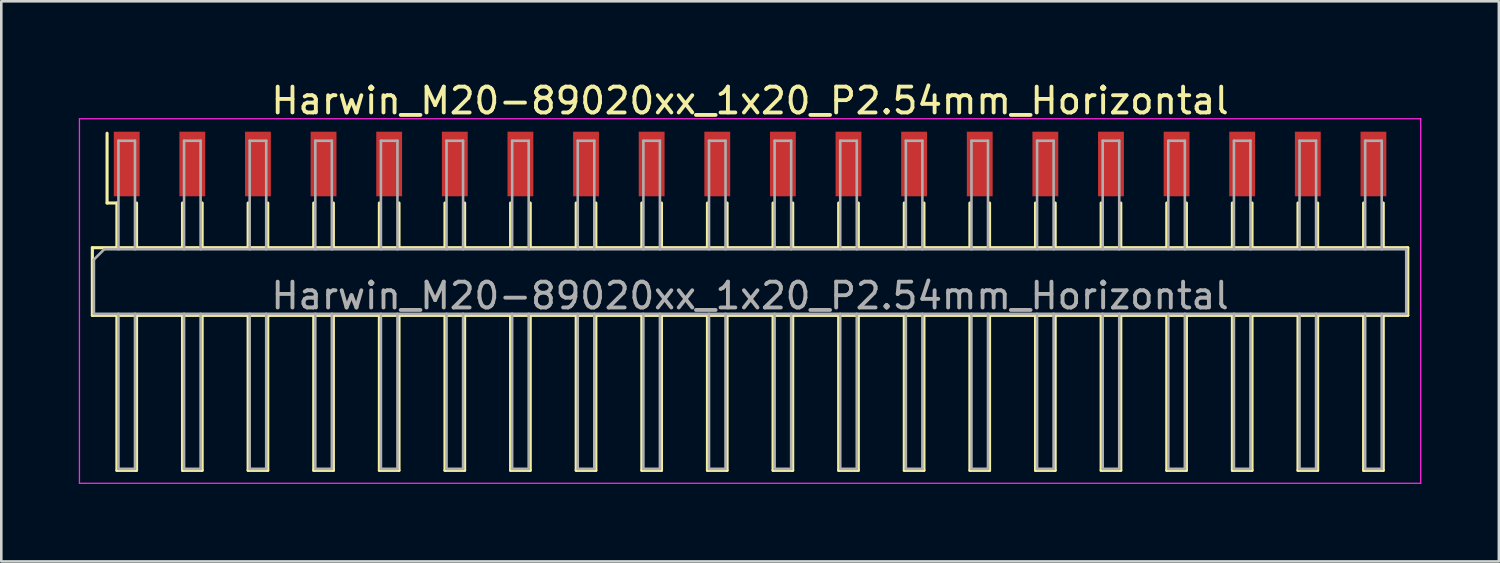
<source format=kicad_pcb>
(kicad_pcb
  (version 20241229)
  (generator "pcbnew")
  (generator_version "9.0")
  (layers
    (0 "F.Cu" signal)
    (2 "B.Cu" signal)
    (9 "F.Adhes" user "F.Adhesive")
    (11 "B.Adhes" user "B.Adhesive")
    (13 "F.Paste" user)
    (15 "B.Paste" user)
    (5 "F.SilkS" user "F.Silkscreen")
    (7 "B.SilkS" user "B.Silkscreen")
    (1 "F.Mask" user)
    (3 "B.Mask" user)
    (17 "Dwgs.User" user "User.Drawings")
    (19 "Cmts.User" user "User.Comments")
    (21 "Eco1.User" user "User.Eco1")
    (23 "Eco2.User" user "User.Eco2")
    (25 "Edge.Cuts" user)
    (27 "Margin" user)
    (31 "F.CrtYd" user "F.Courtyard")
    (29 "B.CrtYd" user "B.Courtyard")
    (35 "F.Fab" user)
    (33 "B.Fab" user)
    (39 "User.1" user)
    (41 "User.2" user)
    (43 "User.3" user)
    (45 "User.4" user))
  (footprint "Harwin_M20-89020xx_1x20_P2.54mm_Horizontal"
    (layer "F.Cu")
    (at 25.985 3.298)
    (property "Reference" "Harwin_M20-89020xx_1x20_P2.54mm_Horizontal" (at 0 -2.45 0) (layer "F.SilkS") (effects (font (size 1 1) (thickness 0.15))))
    (attr smd)
    (fp_line (start -25.46 3.24) (end -25.46 5.86) (stroke (width 0.12) (type solid)) (layer "F.SilkS"))
    (fp_line (start -25.46 5.86) (end 25.46 5.86) (stroke (width 0.12) (type solid)) (layer "F.SilkS"))
    (fp_line (start -24.89 1.51) (end -24.89 -1.19) (stroke (width 0.12) (type solid)) (layer "F.SilkS"))
    (fp_line (start -24.51 1.51) (end -24.89 1.51) (stroke (width 0.12) (type solid)) (layer "F.SilkS"))
    (fp_line (start -24.51 1.51) (end -24.51 3.24) (stroke (width 0.12) (type solid)) (layer "F.SilkS"))
    (fp_line (start -24.51 5.86) (end -24.51 11.86) (stroke (width 0.12) (type solid)) (layer "F.SilkS"))
    (fp_line (start -24.51 11.86) (end -23.75 11.86) (stroke (width 0.12) (type solid)) (layer "F.SilkS"))
    (fp_line (start -23.75 1.51) (end -23.75 3.24) (stroke (width 0.12) (type solid)) (layer "F.SilkS"))
    (fp_line (start -23.75 11.86) (end -23.75 5.86) (stroke (width 0.12) (type solid)) (layer "F.SilkS"))
    (fp_line (start -21.97 1.51) (end -21.97 3.24) (stroke (width 0.12) (type solid)) (layer "F.SilkS"))
    (fp_line (start -21.97 5.86) (end -21.97 11.86) (stroke (width 0.12) (type solid)) (layer "F.SilkS"))
    (fp_line (start -21.97 11.86) (end -21.21 11.86) (stroke (width 0.12) (type solid)) (layer "F.SilkS"))
    (fp_line (start -21.21 1.51) (end -21.21 3.24) (stroke (width 0.12) (type solid)) (layer "F.SilkS"))
    (fp_line (start -21.21 11.86) (end -21.21 5.86) (stroke (width 0.12) (type solid)) (layer "F.SilkS"))
    (fp_line (start -19.43 1.51) (end -19.43 3.24) (stroke (width 0.12) (type solid)) (layer "F.SilkS"))
    (fp_line (start -19.43 5.86) (end -19.43 11.86) (stroke (width 0.12) (type solid)) (layer "F.SilkS"))
    (fp_line (start -19.43 11.86) (end -18.67 11.86) (stroke (width 0.12) (type solid)) (layer "F.SilkS"))
    (fp_line (start -18.67 1.51) (end -18.67 3.24) (stroke (width 0.12) (type solid)) (layer "F.SilkS"))
    (fp_line (start -18.67 11.86) (end -18.67 5.86) (stroke (width 0.12) (type solid)) (layer "F.SilkS"))
    (fp_line (start -16.89 1.51) (end -16.89 3.24) (stroke (width 0.12) (type solid)) (layer "F.SilkS"))
    (fp_line (start -16.89 5.86) (end -16.89 11.86) (stroke (width 0.12) (type solid)) (layer "F.SilkS"))
    (fp_line (start -16.89 11.86) (end -16.13 11.86) (stroke (width 0.12) (type solid)) (layer "F.SilkS"))
    (fp_line (start -16.13 1.51) (end -16.13 3.24) (stroke (width 0.12) (type solid)) (layer "F.SilkS"))
    (fp_line (start -16.13 11.86) (end -16.13 5.86) (stroke (width 0.12) (type solid)) (layer "F.SilkS"))
    (fp_line (start -14.35 1.51) (end -14.35 3.24) (stroke (width 0.12) (type solid)) (layer "F.SilkS"))
    (fp_line (start -14.35 5.86) (end -14.35 11.86) (stroke (width 0.12) (type solid)) (layer "F.SilkS"))
    (fp_line (start -14.35 11.86) (end -13.59 11.86) (stroke (width 0.12) (type solid)) (layer "F.SilkS"))
    (fp_line (start -13.59 1.51) (end -13.59 3.24) (stroke (width 0.12) (type solid)) (layer "F.SilkS"))
    (fp_line (start -13.59 11.86) (end -13.59 5.86) (stroke (width 0.12) (type solid)) (layer "F.SilkS"))
    (fp_line (start -11.81 1.51) (end -11.81 3.24) (stroke (width 0.12) (type solid)) (layer "F.SilkS"))
    (fp_line (start -11.81 5.86) (end -11.81 11.86) (stroke (width 0.12) (type solid)) (layer "F.SilkS"))
    (fp_line (start -11.81 11.86) (end -11.05 11.86) (stroke (width 0.12) (type solid)) (layer "F.SilkS"))
    (fp_line (start -11.05 1.51) (end -11.05 3.24) (stroke (width 0.12) (type solid)) (layer "F.SilkS"))
    (fp_line (start -11.05 11.86) (end -11.05 5.86) (stroke (width 0.12) (type solid)) (layer "F.SilkS"))
    (fp_line (start -9.27 1.51) (end -9.27 3.24) (stroke (width 0.12) (type solid)) (layer "F.SilkS"))
    (fp_line (start -9.27 5.86) (end -9.27 11.86) (stroke (width 0.12) (type solid)) (layer "F.SilkS"))
    (fp_line (start -9.27 11.86) (end -8.51 11.86) (stroke (width 0.12) (type solid)) (layer "F.SilkS"))
    (fp_line (start -8.51 1.51) (end -8.51 3.24) (stroke (width 0.12) (type solid)) (layer "F.SilkS"))
    (fp_line (start -8.51 11.86) (end -8.51 5.86) (stroke (width 0.12) (type solid)) (layer "F.SilkS"))
    (fp_line (start -6.73 1.51) (end -6.73 3.24) (stroke (width 0.12) (type solid)) (layer "F.SilkS"))
    (fp_line (start -6.73 5.86) (end -6.73 11.86) (stroke (width 0.12) (type solid)) (layer "F.SilkS"))
    (fp_line (start -6.73 11.86) (end -5.97 11.86) (stroke (width 0.12) (type solid)) (layer "F.SilkS"))
    (fp_line (start -5.97 1.51) (end -5.97 3.24) (stroke (width 0.12) (type solid)) (layer "F.SilkS"))
    (fp_line (start -5.97 11.86) (end -5.97 5.86) (stroke (width 0.12) (type solid)) (layer "F.SilkS"))
    (fp_line (start -4.19 1.51) (end -4.19 3.24) (stroke (width 0.12) (type solid)) (layer "F.SilkS"))
    (fp_line (start -4.19 5.86) (end -4.19 11.86) (stroke (width 0.12) (type solid)) (layer "F.SilkS"))
    (fp_line (start -4.19 11.86) (end -3.43 11.86) (stroke (width 0.12) (type solid)) (layer "F.SilkS"))
    (fp_line (start -3.43 1.51) (end -3.43 3.24) (stroke (width 0.12) (type solid)) (layer "F.SilkS"))
    (fp_line (start -3.43 11.86) (end -3.43 5.86) (stroke (width 0.12) (type solid)) (layer "F.SilkS"))
    (fp_line (start -1.65 1.51) (end -1.65 3.24) (stroke (width 0.12) (type solid)) (layer "F.SilkS"))
    (fp_line (start -1.65 5.86) (end -1.65 11.86) (stroke (width 0.12) (type solid)) (layer "F.SilkS"))
    (fp_line (start -1.65 11.86) (end -0.89 11.86) (stroke (width 0.12) (type solid)) (layer "F.SilkS"))
    (fp_line (start -0.89 1.51) (end -0.89 3.24) (stroke (width 0.12) (type solid)) (layer "F.SilkS"))
    (fp_line (start -0.89 11.86) (end -0.89 5.86) (stroke (width 0.12) (type solid)) (layer "F.SilkS"))
    (fp_line (start 0.89 1.51) (end 0.89 3.24) (stroke (width 0.12) (type solid)) (layer "F.SilkS"))
    (fp_line (start 0.89 5.86) (end 0.89 11.86) (stroke (width 0.12) (type solid)) (layer "F.SilkS"))
    (fp_line (start 0.89 11.86) (end 1.65 11.86) (stroke (width 0.12) (type solid)) (layer "F.SilkS"))
    (fp_line (start 1.65 1.51) (end 1.65 3.24) (stroke (width 0.12) (type solid)) (layer "F.SilkS"))
    (fp_line (start 1.65 11.86) (end 1.65 5.86) (stroke (width 0.12) (type solid)) (layer "F.SilkS"))
    (fp_line (start 3.43 1.51) (end 3.43 3.24) (stroke (width 0.12) (type solid)) (layer "F.SilkS"))
    (fp_line (start 3.43 5.86) (end 3.43 11.86) (stroke (width 0.12) (type solid)) (layer "F.SilkS"))
    (fp_line (start 3.43 11.86) (end 4.19 11.86) (stroke (width 0.12) (type solid)) (layer "F.SilkS"))
    (fp_line (start 4.19 1.51) (end 4.19 3.24) (stroke (width 0.12) (type solid)) (layer "F.SilkS"))
    (fp_line (start 4.19 11.86) (end 4.19 5.86) (stroke (width 0.12) (type solid)) (layer "F.SilkS"))
    (fp_line (start 5.97 1.51) (end 5.97 3.24) (stroke (width 0.12) (type solid)) (layer "F.SilkS"))
    (fp_line (start 5.97 5.86) (end 5.97 11.86) (stroke (width 0.12) (type solid)) (layer "F.SilkS"))
    (fp_line (start 5.97 11.86) (end 6.73 11.86) (stroke (width 0.12) (type solid)) (layer "F.SilkS"))
    (fp_line (start 6.73 1.51) (end 6.73 3.24) (stroke (width 0.12) (type solid)) (layer "F.SilkS"))
    (fp_line (start 6.73 11.86) (end 6.73 5.86) (stroke (width 0.12) (type solid)) (layer "F.SilkS"))
    (fp_line (start 8.51 1.51) (end 8.51 3.24) (stroke (width 0.12) (type solid)) (layer "F.SilkS"))
    (fp_line (start 8.51 5.86) (end 8.51 11.86) (stroke (width 0.12) (type solid)) (layer "F.SilkS"))
    (fp_line (start 8.51 11.86) (end 9.27 11.86) (stroke (width 0.12) (type solid)) (layer "F.SilkS"))
    (fp_line (start 9.27 1.51) (end 9.27 3.24) (stroke (width 0.12) (type solid)) (layer "F.SilkS"))
    (fp_line (start 9.27 11.86) (end 9.27 5.86) (stroke (width 0.12) (type solid)) (layer "F.SilkS"))
    (fp_line (start 11.05 1.51) (end 11.05 3.24) (stroke (width 0.12) (type solid)) (layer "F.SilkS"))
    (fp_line (start 11.05 5.86) (end 11.05 11.86) (stroke (width 0.12) (type solid)) (layer "F.SilkS"))
    (fp_line (start 11.05 11.86) (end 11.81 11.86) (stroke (width 0.12) (type solid)) (layer "F.SilkS"))
    (fp_line (start 11.81 1.51) (end 11.81 3.24) (stroke (width 0.12) (type solid)) (layer "F.SilkS"))
    (fp_line (start 11.81 11.86) (end 11.81 5.86) (stroke (width 0.12) (type solid)) (layer "F.SilkS"))
    (fp_line (start 13.59 1.51) (end 13.59 3.24) (stroke (width 0.12) (type solid)) (layer "F.SilkS"))
    (fp_line (start 13.59 5.86) (end 13.59 11.86) (stroke (width 0.12) (type solid)) (layer "F.SilkS"))
    (fp_line (start 13.59 11.86) (end 14.35 11.86) (stroke (width 0.12) (type solid)) (layer "F.SilkS"))
    (fp_line (start 14.35 1.51) (end 14.35 3.24) (stroke (width 0.12) (type solid)) (layer "F.SilkS"))
    (fp_line (start 14.35 11.86) (end 14.35 5.86) (stroke (width 0.12) (type solid)) (layer "F.SilkS"))
    (fp_line (start 16.13 1.51) (end 16.13 3.24) (stroke (width 0.12) (type solid)) (layer "F.SilkS"))
    (fp_line (start 16.13 5.86) (end 16.13 11.86) (stroke (width 0.12) (type solid)) (layer "F.SilkS"))
    (fp_line (start 16.13 11.86) (end 16.89 11.86) (stroke (width 0.12) (type solid)) (layer "F.SilkS"))
    (fp_line (start 16.89 1.51) (end 16.89 3.24) (stroke (width 0.12) (type solid)) (layer "F.SilkS"))
    (fp_line (start 16.89 11.86) (end 16.89 5.86) (stroke (width 0.12) (type solid)) (layer "F.SilkS"))
    (fp_line (start 18.67 1.51) (end 18.67 3.24) (stroke (width 0.12) (type solid)) (layer "F.SilkS"))
    (fp_line (start 18.67 5.86) (end 18.67 11.86) (stroke (width 0.12) (type solid)) (layer "F.SilkS"))
    (fp_line (start 18.67 11.86) (end 19.43 11.86) (stroke (width 0.12) (type solid)) (layer "F.SilkS"))
    (fp_line (start 19.43 1.51) (end 19.43 3.24) (stroke (width 0.12) (type solid)) (layer "F.SilkS"))
    (fp_line (start 19.43 11.86) (end 19.43 5.86) (stroke (width 0.12) (type solid)) (layer "F.SilkS"))
    (fp_line (start 21.21 1.51) (end 21.21 3.24) (stroke (width 0.12) (type solid)) (layer "F.SilkS"))
    (fp_line (start 21.21 5.86) (end 21.21 11.86) (stroke (width 0.12) (type solid)) (layer "F.SilkS"))
    (fp_line (start 21.21 11.86) (end 21.97 11.86) (stroke (width 0.12) (type solid)) (layer "F.SilkS"))
    (fp_line (start 21.97 1.51) (end 21.97 3.24) (stroke (width 0.12) (type solid)) (layer "F.SilkS"))
    (fp_line (start 21.97 11.86) (end 21.97 5.86) (stroke (width 0.12) (type solid)) (layer "F.SilkS"))
    (fp_line (start 23.75 1.51) (end 23.75 3.24) (stroke (width 0.12) (type solid)) (layer "F.SilkS"))
    (fp_line (start 23.75 5.86) (end 23.75 11.86) (stroke (width 0.12) (type solid)) (layer "F.SilkS"))
    (fp_line (start 23.75 11.86) (end 24.51 11.86) (stroke (width 0.12) (type solid)) (layer "F.SilkS"))
    (fp_line (start 24.51 1.51) (end 24.51 3.24) (stroke (width 0.12) (type solid)) (layer "F.SilkS"))
    (fp_line (start 24.51 11.86) (end 24.51 5.86) (stroke (width 0.12) (type solid)) (layer "F.SilkS"))
    (fp_line (start 25.46 3.24) (end -25.46 3.24) (stroke (width 0.12) (type solid)) (layer "F.SilkS"))
    (fp_line (start 25.46 5.86) (end 25.46 3.24) (stroke (width 0.12) (type solid)) (layer "F.SilkS"))
    (fp_line (start -25.96 -1.75) (end 25.96 -1.75) (stroke (width 0.05) (type solid)) (layer "F.CrtYd"))
    (fp_line (start -25.96 12.36) (end -25.96 -1.75) (stroke (width 0.05) (type solid)) (layer "F.CrtYd"))
    (fp_line (start 25.96 -1.75) (end 25.96 12.36) (stroke (width 0.05) (type solid)) (layer "F.CrtYd"))
    (fp_line (start 25.96 12.36) (end -25.96 12.36) (stroke (width 0.05) (type solid)) (layer "F.CrtYd"))
    (fp_line (start -25.4 3.7) (end -25.4 5.8) (stroke (width 0.1) (type solid)) (layer "F.Fab"))
    (fp_line (start -25.4 5.8) (end 25.4 5.8) (stroke (width 0.1) (type solid)) (layer "F.Fab"))
    (fp_line (start -25 3.3) (end -25.4 3.7) (stroke (width 0.1) (type solid)) (layer "F.Fab"))
    (fp_line (start -24.45 -0.9) (end -23.81 -0.9) (stroke (width 0.1) (type solid)) (layer "F.Fab"))
    (fp_line (start -24.45 3.3) (end -24.45 -0.9) (stroke (width 0.1) (type solid)) (layer "F.Fab"))
    (fp_line (start -24.45 5.8) (end -24.45 11.8) (stroke (width 0.1) (type solid)) (layer "F.Fab"))
    (fp_line (start -24.45 11.8) (end -23.81 11.8) (stroke (width 0.1) (type solid)) (layer "F.Fab"))
    (fp_line (start -23.81 -0.9) (end -23.81 3.3) (stroke (width 0.1) (type solid)) (layer "F.Fab"))
    (fp_line (start -23.81 11.8) (end -23.81 5.8) (stroke (width 0.1) (type solid)) (layer "F.Fab"))
    (fp_line (start -21.91 -0.9) (end -21.27 -0.9) (stroke (width 0.1) (type solid)) (layer "F.Fab"))
    (fp_line (start -21.91 3.3) (end -21.91 -0.9) (stroke (width 0.1) (type solid)) (layer "F.Fab"))
    (fp_line (start -21.91 5.8) (end -21.91 11.8) (stroke (width 0.1) (type solid)) (layer "F.Fab"))
    (fp_line (start -21.91 11.8) (end -21.27 11.8) (stroke (width 0.1) (type solid)) (layer "F.Fab"))
    (fp_line (start -21.27 -0.9) (end -21.27 3.3) (stroke (width 0.1) (type solid)) (layer "F.Fab"))
    (fp_line (start -21.27 11.8) (end -21.27 5.8) (stroke (width 0.1) (type solid)) (layer "F.Fab"))
    (fp_line (start -19.37 -0.9) (end -18.73 -0.9) (stroke (width 0.1) (type solid)) (layer "F.Fab"))
    (fp_line (start -19.37 3.3) (end -19.37 -0.9) (stroke (width 0.1) (type solid)) (layer "F.Fab"))
    (fp_line (start -19.37 5.8) (end -19.37 11.8) (stroke (width 0.1) (type solid)) (layer "F.Fab"))
    (fp_line (start -19.37 11.8) (end -18.73 11.8) (stroke (width 0.1) (type solid)) (layer "F.Fab"))
    (fp_line (start -18.73 -0.9) (end -18.73 3.3) (stroke (width 0.1) (type solid)) (layer "F.Fab"))
    (fp_line (start -18.73 11.8) (end -18.73 5.8) (stroke (width 0.1) (type solid)) (layer "F.Fab"))
    (fp_line (start -16.83 -0.9) (end -16.19 -0.9) (stroke (width 0.1) (type solid)) (layer "F.Fab"))
    (fp_line (start -16.83 3.3) (end -16.83 -0.9) (stroke (width 0.1) (type solid)) (layer "F.Fab"))
    (fp_line (start -16.83 5.8) (end -16.83 11.8) (stroke (width 0.1) (type solid)) (layer "F.Fab"))
    (fp_line (start -16.83 11.8) (end -16.19 11.8) (stroke (width 0.1) (type solid)) (layer "F.Fab"))
    (fp_line (start -16.19 -0.9) (end -16.19 3.3) (stroke (width 0.1) (type solid)) (layer "F.Fab"))
    (fp_line (start -16.19 11.8) (end -16.19 5.8) (stroke (width 0.1) (type solid)) (layer "F.Fab"))
    (fp_line (start -14.29 -0.9) (end -13.65 -0.9) (stroke (width 0.1) (type solid)) (layer "F.Fab"))
    (fp_line (start -14.29 3.3) (end -14.29 -0.9) (stroke (width 0.1) (type solid)) (layer "F.Fab"))
    (fp_line (start -14.29 5.8) (end -14.29 11.8) (stroke (width 0.1) (type solid)) (layer "F.Fab"))
    (fp_line (start -14.29 11.8) (end -13.65 11.8) (stroke (width 0.1) (type solid)) (layer "F.Fab"))
    (fp_line (start -13.65 -0.9) (end -13.65 3.3) (stroke (width 0.1) (type solid)) (layer "F.Fab"))
    (fp_line (start -13.65 11.8) (end -13.65 5.8) (stroke (width 0.1) (type solid)) (layer "F.Fab"))
    (fp_line (start -11.75 -0.9) (end -11.11 -0.9) (stroke (width 0.1) (type solid)) (layer "F.Fab"))
    (fp_line (start -11.75 3.3) (end -11.75 -0.9) (stroke (width 0.1) (type solid)) (layer "F.Fab"))
    (fp_line (start -11.75 5.8) (end -11.75 11.8) (stroke (width 0.1) (type solid)) (layer "F.Fab"))
    (fp_line (start -11.75 11.8) (end -11.11 11.8) (stroke (width 0.1) (type solid)) (layer "F.Fab"))
    (fp_line (start -11.11 -0.9) (end -11.11 3.3) (stroke (width 0.1) (type solid)) (layer "F.Fab"))
    (fp_line (start -11.11 11.8) (end -11.11 5.8) (stroke (width 0.1) (type solid)) (layer "F.Fab"))
    (fp_line (start -9.21 -0.9) (end -8.57 -0.9) (stroke (width 0.1) (type solid)) (layer "F.Fab"))
    (fp_line (start -9.21 3.3) (end -9.21 -0.9) (stroke (width 0.1) (type solid)) (layer "F.Fab"))
    (fp_line (start -9.21 5.8) (end -9.21 11.8) (stroke (width 0.1) (type solid)) (layer "F.Fab"))
    (fp_line (start -9.21 11.8) (end -8.57 11.8) (stroke (width 0.1) (type solid)) (layer "F.Fab"))
    (fp_line (start -8.57 -0.9) (end -8.57 3.3) (stroke (width 0.1) (type solid)) (layer "F.Fab"))
    (fp_line (start -8.57 11.8) (end -8.57 5.8) (stroke (width 0.1) (type solid)) (layer "F.Fab"))
    (fp_line (start -6.67 -0.9) (end -6.03 -0.9) (stroke (width 0.1) (type solid)) (layer "F.Fab"))
    (fp_line (start -6.67 3.3) (end -6.67 -0.9) (stroke (width 0.1) (type solid)) (layer "F.Fab"))
    (fp_line (start -6.67 5.8) (end -6.67 11.8) (stroke (width 0.1) (type solid)) (layer "F.Fab"))
    (fp_line (start -6.67 11.8) (end -6.03 11.8) (stroke (width 0.1) (type solid)) (layer "F.Fab"))
    (fp_line (start -6.03 -0.9) (end -6.03 3.3) (stroke (width 0.1) (type solid)) (layer "F.Fab"))
    (fp_line (start -6.03 11.8) (end -6.03 5.8) (stroke (width 0.1) (type solid)) (layer "F.Fab"))
    (fp_line (start -4.13 -0.9) (end -3.49 -0.9) (stroke (width 0.1) (type solid)) (layer "F.Fab"))
    (fp_line (start -4.13 3.3) (end -4.13 -0.9) (stroke (width 0.1) (type solid)) (layer "F.Fab"))
    (fp_line (start -4.13 5.8) (end -4.13 11.8) (stroke (width 0.1) (type solid)) (layer "F.Fab"))
    (fp_line (start -4.13 11.8) (end -3.49 11.8) (stroke (width 0.1) (type solid)) (layer "F.Fab"))
    (fp_line (start -3.49 -0.9) (end -3.49 3.3) (stroke (width 0.1) (type solid)) (layer "F.Fab"))
    (fp_line (start -3.49 11.8) (end -3.49 5.8) (stroke (width 0.1) (type solid)) (layer "F.Fab"))
    (fp_line (start -1.59 -0.9) (end -0.95 -0.9) (stroke (width 0.1) (type solid)) (layer "F.Fab"))
    (fp_line (start -1.59 3.3) (end -1.59 -0.9) (stroke (width 0.1) (type solid)) (layer "F.Fab"))
    (fp_line (start -1.59 5.8) (end -1.59 11.8) (stroke (width 0.1) (type solid)) (layer "F.Fab"))
    (fp_line (start -1.59 11.8) (end -0.95 11.8) (stroke (width 0.1) (type solid)) (layer "F.Fab"))
    (fp_line (start -0.95 -0.9) (end -0.95 3.3) (stroke (width 0.1) (type solid)) (layer "F.Fab"))
    (fp_line (start -0.95 11.8) (end -0.95 5.8) (stroke (width 0.1) (type solid)) (layer "F.Fab"))
    (fp_line (start 0.95 -0.9) (end 1.59 -0.9) (stroke (width 0.1) (type solid)) (layer "F.Fab"))
    (fp_line (start 0.95 3.3) (end 0.95 -0.9) (stroke (width 0.1) (type solid)) (layer "F.Fab"))
    (fp_line (start 0.95 5.8) (end 0.95 11.8) (stroke (width 0.1) (type solid)) (layer "F.Fab"))
    (fp_line (start 0.95 11.8) (end 1.59 11.8) (stroke (width 0.1) (type solid)) (layer "F.Fab"))
    (fp_line (start 1.59 -0.9) (end 1.59 3.3) (stroke (width 0.1) (type solid)) (layer "F.Fab"))
    (fp_line (start 1.59 11.8) (end 1.59 5.8) (stroke (width 0.1) (type solid)) (layer "F.Fab"))
    (fp_line (start 3.49 -0.9) (end 4.13 -0.9) (stroke (width 0.1) (type solid)) (layer "F.Fab"))
    (fp_line (start 3.49 3.3) (end 3.49 -0.9) (stroke (width 0.1) (type solid)) (layer "F.Fab"))
    (fp_line (start 3.49 5.8) (end 3.49 11.8) (stroke (width 0.1) (type solid)) (layer "F.Fab"))
    (fp_line (start 3.49 11.8) (end 4.13 11.8) (stroke (width 0.1) (type solid)) (layer "F.Fab"))
    (fp_line (start 4.13 -0.9) (end 4.13 3.3) (stroke (width 0.1) (type solid)) (layer "F.Fab"))
    (fp_line (start 4.13 11.8) (end 4.13 5.8) (stroke (width 0.1) (type solid)) (layer "F.Fab"))
    (fp_line (start 6.03 -0.9) (end 6.67 -0.9) (stroke (width 0.1) (type solid)) (layer "F.Fab"))
    (fp_line (start 6.03 3.3) (end 6.03 -0.9) (stroke (width 0.1) (type solid)) (layer "F.Fab"))
    (fp_line (start 6.03 5.8) (end 6.03 11.8) (stroke (width 0.1) (type solid)) (layer "F.Fab"))
    (fp_line (start 6.03 11.8) (end 6.67 11.8) (stroke (width 0.1) (type solid)) (layer "F.Fab"))
    (fp_line (start 6.67 -0.9) (end 6.67 3.3) (stroke (width 0.1) (type solid)) (layer "F.Fab"))
    (fp_line (start 6.67 11.8) (end 6.67 5.8) (stroke (width 0.1) (type solid)) (layer "F.Fab"))
    (fp_line (start 8.57 -0.9) (end 9.21 -0.9) (stroke (width 0.1) (type solid)) (layer "F.Fab"))
    (fp_line (start 8.57 3.3) (end 8.57 -0.9) (stroke (width 0.1) (type solid)) (layer "F.Fab"))
    (fp_line (start 8.57 5.8) (end 8.57 11.8) (stroke (width 0.1) (type solid)) (layer "F.Fab"))
    (fp_line (start 8.57 11.8) (end 9.21 11.8) (stroke (width 0.1) (type solid)) (layer "F.Fab"))
    (fp_line (start 9.21 -0.9) (end 9.21 3.3) (stroke (width 0.1) (type solid)) (layer "F.Fab"))
    (fp_line (start 9.21 11.8) (end 9.21 5.8) (stroke (width 0.1) (type solid)) (layer "F.Fab"))
    (fp_line (start 11.11 -0.9) (end 11.75 -0.9) (stroke (width 0.1) (type solid)) (layer "F.Fab"))
    (fp_line (start 11.11 3.3) (end 11.11 -0.9) (stroke (width 0.1) (type solid)) (layer "F.Fab"))
    (fp_line (start 11.11 5.8) (end 11.11 11.8) (stroke (width 0.1) (type solid)) (layer "F.Fab"))
    (fp_line (start 11.11 11.8) (end 11.75 11.8) (stroke (width 0.1) (type solid)) (layer "F.Fab"))
    (fp_line (start 11.75 -0.9) (end 11.75 3.3) (stroke (width 0.1) (type solid)) (layer "F.Fab"))
    (fp_line (start 11.75 11.8) (end 11.75 5.8) (stroke (width 0.1) (type solid)) (layer "F.Fab"))
    (fp_line (start 13.65 -0.9) (end 14.29 -0.9) (stroke (width 0.1) (type solid)) (layer "F.Fab"))
    (fp_line (start 13.65 3.3) (end 13.65 -0.9) (stroke (width 0.1) (type solid)) (layer "F.Fab"))
    (fp_line (start 13.65 5.8) (end 13.65 11.8) (stroke (width 0.1) (type solid)) (layer "F.Fab"))
    (fp_line (start 13.65 11.8) (end 14.29 11.8) (stroke (width 0.1) (type solid)) (layer "F.Fab"))
    (fp_line (start 14.29 -0.9) (end 14.29 3.3) (stroke (width 0.1) (type solid)) (layer "F.Fab"))
    (fp_line (start 14.29 11.8) (end 14.29 5.8) (stroke (width 0.1) (type solid)) (layer "F.Fab"))
    (fp_line (start 16.19 -0.9) (end 16.83 -0.9) (stroke (width 0.1) (type solid)) (layer "F.Fab"))
    (fp_line (start 16.19 3.3) (end 16.19 -0.9) (stroke (width 0.1) (type solid)) (layer "F.Fab"))
    (fp_line (start 16.19 5.8) (end 16.19 11.8) (stroke (width 0.1) (type solid)) (layer "F.Fab"))
    (fp_line (start 16.19 11.8) (end 16.83 11.8) (stroke (width 0.1) (type solid)) (layer "F.Fab"))
    (fp_line (start 16.83 -0.9) (end 16.83 3.3) (stroke (width 0.1) (type solid)) (layer "F.Fab"))
    (fp_line (start 16.83 11.8) (end 16.83 5.8) (stroke (width 0.1) (type solid)) (layer "F.Fab"))
    (fp_line (start 18.73 -0.9) (end 19.37 -0.9) (stroke (width 0.1) (type solid)) (layer "F.Fab"))
    (fp_line (start 18.73 3.3) (end 18.73 -0.9) (stroke (width 0.1) (type solid)) (layer "F.Fab"))
    (fp_line (start 18.73 5.8) (end 18.73 11.8) (stroke (width 0.1) (type solid)) (layer "F.Fab"))
    (fp_line (start 18.73 11.8) (end 19.37 11.8) (stroke (width 0.1) (type solid)) (layer "F.Fab"))
    (fp_line (start 19.37 -0.9) (end 19.37 3.3) (stroke (width 0.1) (type solid)) (layer "F.Fab"))
    (fp_line (start 19.37 11.8) (end 19.37 5.8) (stroke (width 0.1) (type solid)) (layer "F.Fab"))
    (fp_line (start 21.27 -0.9) (end 21.91 -0.9) (stroke (width 0.1) (type solid)) (layer "F.Fab"))
    (fp_line (start 21.27 3.3) (end 21.27 -0.9) (stroke (width 0.1) (type solid)) (layer "F.Fab"))
    (fp_line (start 21.27 5.8) (end 21.27 11.8) (stroke (width 0.1) (type solid)) (layer "F.Fab"))
    (fp_line (start 21.27 11.8) (end 21.91 11.8) (stroke (width 0.1) (type solid)) (layer "F.Fab"))
    (fp_line (start 21.91 -0.9) (end 21.91 3.3) (stroke (width 0.1) (type solid)) (layer "F.Fab"))
    (fp_line (start 21.91 11.8) (end 21.91 5.8) (stroke (width 0.1) (type solid)) (layer "F.Fab"))
    (fp_line (start 23.81 -0.9) (end 24.45 -0.9) (stroke (width 0.1) (type solid)) (layer "F.Fab"))
    (fp_line (start 23.81 3.3) (end 23.81 -0.9) (stroke (width 0.1) (type solid)) (layer "F.Fab"))
    (fp_line (start 23.81 5.8) (end 23.81 11.8) (stroke (width 0.1) (type solid)) (layer "F.Fab"))
    (fp_line (start 23.81 11.8) (end 24.45 11.8) (stroke (width 0.1) (type solid)) (layer "F.Fab"))
    (fp_line (start 24.45 -0.9) (end 24.45 3.3) (stroke (width 0.1) (type solid)) (layer "F.Fab"))
    (fp_line (start 24.45 11.8) (end 24.45 5.8) (stroke (width 0.1) (type solid)) (layer "F.Fab"))
    (fp_line (start 25.4 3.3) (end -25 3.3) (stroke (width 0.1) (type solid)) (layer "F.Fab"))
    (fp_line (start 25.4 5.8) (end 25.4 3.3) (stroke (width 0.1) (type solid)) (layer "F.Fab"))
    (fp_text user "${REFERENCE}" (at 0 5.1 0) (layer "F.Fab") (effects (font (size 1 1) (thickness 0.15))))
    (pad "1" smd rect (at -24.13 0) (size 1 2.5) (layers "F.Cu" "F.Mask" "F.Paste"))
    (pad "2" smd rect (at -21.59 0) (size 1 2.5) (layers "F.Cu" "F.Mask" "F.Paste"))
    (pad "3" smd rect (at -19.05 0) (size 1 2.5) (layers "F.Cu" "F.Mask" "F.Paste"))
    (pad "4" smd rect (at -16.51 0) (size 1 2.5) (layers "F.Cu" "F.Mask" "F.Paste"))
    (pad "5" smd rect (at -13.97 0) (size 1 2.5) (layers "F.Cu" "F.Mask" "F.Paste"))
    (pad "6" smd rect (at -11.43 0) (size 1 2.5) (layers "F.Cu" "F.Mask" "F.Paste"))
    (pad "7" smd rect (at -8.89 0) (size 1 2.5) (layers "F.Cu" "F.Mask" "F.Paste"))
    (pad "8" smd rect (at -6.35 0) (size 1 2.5) (layers "F.Cu" "F.Mask" "F.Paste"))
    (pad "9" smd rect (at -3.81 0) (size 1 2.5) (layers "F.Cu" "F.Mask" "F.Paste"))
    (pad "10" smd rect (at -1.27 0) (size 1 2.5) (layers "F.Cu" "F.Mask" "F.Paste"))
    (pad "11" smd rect (at 1.27 0) (size 1 2.5) (layers "F.Cu" "F.Mask" "F.Paste"))
    (pad "12" smd rect (at 3.81 0) (size 1 2.5) (layers "F.Cu" "F.Mask" "F.Paste"))
    (pad "13" smd rect (at 6.35 0) (size 1 2.5) (layers "F.Cu" "F.Mask" "F.Paste"))
    (pad "14" smd rect (at 8.89 0) (size 1 2.5) (layers "F.Cu" "F.Mask" "F.Paste"))
    (pad "15" smd rect (at 11.43 0) (size 1 2.5) (layers "F.Cu" "F.Mask" "F.Paste"))
    (pad "16" smd rect (at 13.97 0) (size 1 2.5) (layers "F.Cu" "F.Mask" "F.Paste"))
    (pad "17" smd rect (at 16.51 0) (size 1 2.5) (layers "F.Cu" "F.Mask" "F.Paste"))
    (pad "18" smd rect (at 19.05 0) (size 1 2.5) (layers "F.Cu" "F.Mask" "F.Paste"))
    (pad "19" smd rect (at 21.59 0) (size 1 2.5) (layers "F.Cu" "F.Mask" "F.Paste"))
    (pad "20" smd rect (at 24.13 0) (size 1 2.5) (layers "F.Cu" "F.Mask" "F.Paste")))
  (gr_rect
    (start -3 -3)
    (end 54.97 18.683)
    (stroke (width 0.1) (type default))
    (fill no)
    (layer "Edge.Cuts")))
</source>
